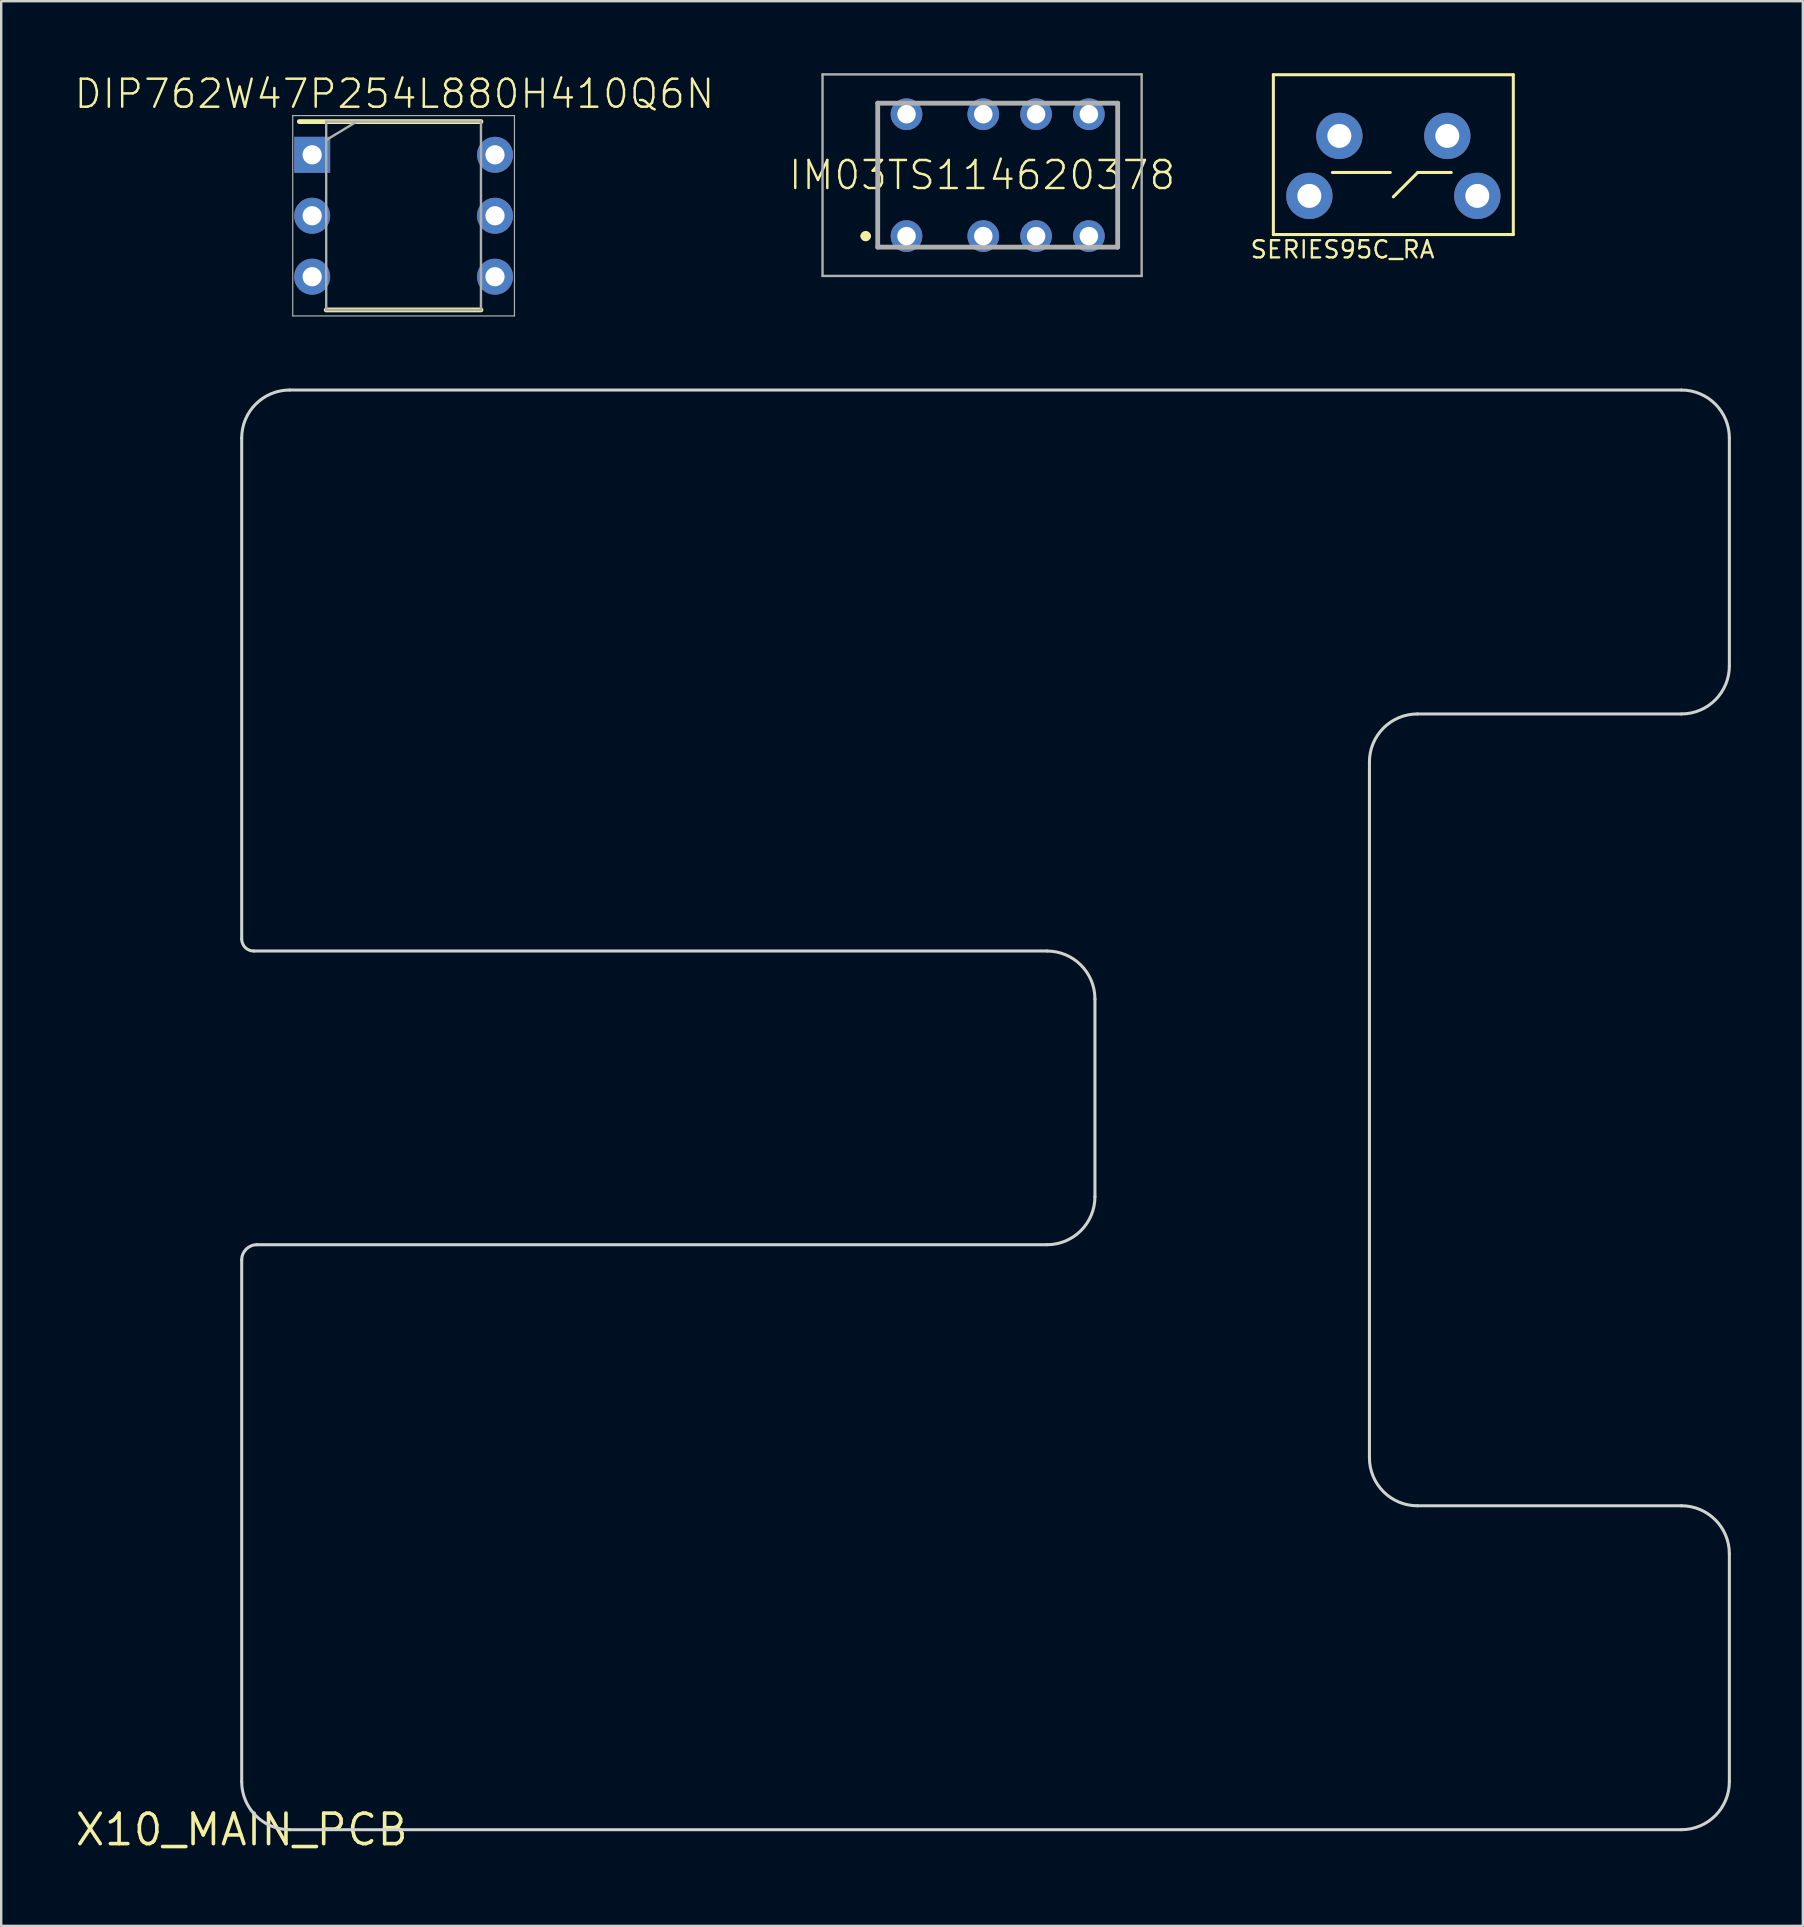
<source format=kicad_pcb>
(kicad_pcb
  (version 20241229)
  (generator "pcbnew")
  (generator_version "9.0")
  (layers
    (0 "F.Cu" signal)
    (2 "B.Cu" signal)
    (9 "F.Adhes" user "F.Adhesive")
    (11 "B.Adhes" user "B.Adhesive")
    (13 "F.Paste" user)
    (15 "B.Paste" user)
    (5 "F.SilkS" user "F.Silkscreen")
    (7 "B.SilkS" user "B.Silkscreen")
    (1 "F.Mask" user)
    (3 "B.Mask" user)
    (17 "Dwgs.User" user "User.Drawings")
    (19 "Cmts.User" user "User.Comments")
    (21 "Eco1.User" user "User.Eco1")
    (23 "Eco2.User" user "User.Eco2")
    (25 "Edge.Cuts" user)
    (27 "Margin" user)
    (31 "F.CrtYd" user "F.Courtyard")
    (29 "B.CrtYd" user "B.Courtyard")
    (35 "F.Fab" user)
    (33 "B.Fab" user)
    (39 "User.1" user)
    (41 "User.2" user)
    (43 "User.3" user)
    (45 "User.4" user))
  (footprint "X10_MAIN_PCB"
    (layer "F.Cu")
    (at 7.023 73.205)
    (property "Reference" "X10_MAIN_PCB" (at 0 0 0) (layer "F.SilkS") (effects (font (size 1.27 1.27) (thickness 0.15))))
    (fp_line (start 0 -37.12) (end 0 -58) (stroke (width 0.127) (type solid)) (layer "Edge.Cuts"))
    (fp_line (start 0 -2) (end 0 -23.745) (stroke (width 0.127) (type solid)) (layer "Edge.Cuts"))
    (fp_line (start 0.635 -24.38) (end 33.56 -24.38) (stroke (width 0.127) (type solid)) (layer "Edge.Cuts"))
    (fp_line (start 2 -60) (end 60 -60) (stroke (width 0.127) (type solid)) (layer "Edge.Cuts"))
    (fp_line (start 33.56 -36.62) (end 0.5 -36.62) (stroke (width 0.127) (type solid)) (layer "Edge.Cuts"))
    (fp_line (start 35.56 -26.38) (end 35.56 -34.62) (stroke (width 0.127) (type solid)) (layer "Edge.Cuts"))
    (fp_line (start 47 -44.5) (end 47 -15.5) (stroke (width 0.127) (type solid)) (layer "Edge.Cuts"))
    (fp_line (start 49 -13.5) (end 60 -13.5) (stroke (width 0.127) (type solid)) (layer "Edge.Cuts"))
    (fp_line (start 60 -46.5) (end 49 -46.5) (stroke (width 0.127) (type solid)) (layer "Edge.Cuts"))
    (fp_line (start 60 0) (end 2 0) (stroke (width 0.127) (type solid)) (layer "Edge.Cuts"))
    (fp_line (start 62 -58) (end 62 -48.5) (stroke (width 0.127) (type solid)) (layer "Edge.Cuts"))
    (fp_line (start 62 -11.5) (end 62 -2) (stroke (width 0.127) (type solid)) (layer "Edge.Cuts"))
    (fp_arc (start 0 -58) (mid 0.585786 -59.414214) (end 2 -60) (stroke (width 0.127) (type solid)) (layer "Edge.Cuts"))
    (fp_arc (start 0 -23.745) (mid 0.185987 -24.194013) (end 0.635 -24.38) (stroke (width 0.127) (type solid)) (layer "Edge.Cuts"))
    (fp_arc (start 0.5 -36.62) (mid 0.146447 -36.766447) (end 0 -37.12) (stroke (width 0.127) (type solid)) (layer "Edge.Cuts"))
    (fp_arc (start 2 0) (mid 0.585786 -0.585786) (end 0 -2) (stroke (width 0.127) (type solid)) (layer "Edge.Cuts"))
    (fp_arc (start 33.56 -36.62) (mid 34.974214 -36.034214) (end 35.56 -34.62) (stroke (width 0.127) (type solid)) (layer "Edge.Cuts"))
    (fp_arc (start 35.56 -26.38) (mid 34.974214 -24.965786) (end 33.56 -24.38) (stroke (width 0.127) (type solid)) (layer "Edge.Cuts"))
    (fp_arc (start 47 -44.5) (mid 47.585786 -45.914214) (end 49 -46.5) (stroke (width 0.127) (type solid)) (layer "Edge.Cuts"))
    (fp_arc (start 49 -13.5) (mid 47.585786 -14.085786) (end 47 -15.5) (stroke (width 0.127) (type solid)) (layer "Edge.Cuts"))
    (fp_arc (start 60 -60) (mid 61.414214 -59.414214) (end 62 -58) (stroke (width 0.127) (type solid)) (layer "Edge.Cuts"))
    (fp_arc (start 60 -13.5) (mid 61.414214 -12.914214) (end 62 -11.5) (stroke (width 0.127) (type solid)) (layer "Edge.Cuts"))
    (fp_arc (start 62 -48.5) (mid 61.414214 -47.085786) (end 60 -46.5) (stroke (width 0.127) (type solid)) (layer "Edge.Cuts"))
    (fp_arc (start 62 -2) (mid 61.414214 -0.585786) (end 60 0) (stroke (width 0.127) (type solid)) (layer "Edge.Cuts")))
  (footprint "DIP762W47P254L880H410Q6N"
    (layer "F.Cu")
    (at 13.77 5.942)
    (property "Reference" "DIP762W47P254L880H410Q6N" (at -0.381 -5.08 0) (layer "F.SilkS") (effects (font (size 1.168 1.168) (thickness 0.102))))
    (fp_line (start -4.345 -3.925) (end 3.225 -3.925) (stroke (width 0.2) (type solid)) (layer "F.SilkS"))
    (fp_line (start -3.225 3.925) (end 3.225 3.925) (stroke (width 0.2) (type solid)) (layer "F.SilkS"))
    (fp_line (start -4.62 -4.175) (end 4.62 -4.175) (stroke (width 0.05) (type solid)) (layer "F.Fab"))
    (fp_line (start -4.62 4.175) (end -4.62 -4.175) (stroke (width 0.05) (type solid)) (layer "F.Fab"))
    (fp_line (start -3.225 -3.925) (end 3.225 -3.925) (stroke (width 0.1) (type solid)) (layer "F.Fab"))
    (fp_line (start -3.225 -3.155) (end -1.955 -3.925) (stroke (width 0.1) (type solid)) (layer "F.Fab"))
    (fp_line (start -3.225 3.925) (end -3.225 -3.925) (stroke (width 0.1) (type solid)) (layer "F.Fab"))
    (fp_line (start 3.225 -3.925) (end 3.225 3.925) (stroke (width 0.1) (type solid)) (layer "F.Fab"))
    (fp_line (start 3.225 3.925) (end -3.225 3.925) (stroke (width 0.1) (type solid)) (layer "F.Fab"))
    (fp_line (start 4.62 -4.175) (end 4.62 4.175) (stroke (width 0.05) (type solid)) (layer "F.Fab"))
    (fp_line (start 4.62 4.175) (end -4.62 4.175) (stroke (width 0.05) (type solid)) (layer "F.Fab"))
    (pad "1" thru_hole rect (at -3.81 -2.54) (size 1.5 1.5) (drill 0.8) (layers "*.Cu" "*.Mask"))
    (pad "2" thru_hole circle (at -3.81 0) (size 1.5 1.5) (drill 0.8) (layers "*.Cu" "*.Mask"))
    (pad "3" thru_hole circle (at -3.81 2.54) (size 1.5 1.5) (drill 0.8) (layers "*.Cu" "*.Mask"))
    (pad "4" thru_hole circle (at 3.81 2.54) (size 1.5 1.5) (drill 0.8) (layers "*.Cu" "*.Mask"))
    (pad "5" thru_hole circle (at 3.81 0) (size 1.5 1.5) (drill 0.8) (layers "*.Cu" "*.Mask"))
    (pad "6" thru_hole circle (at 3.81 -2.54) (size 1.5 1.5) (drill 0.8) (layers "*.Cu" "*.Mask")))
  (footprint "SERIES95C_RA"
    (layer "F.Cu")
    (at 55.019 2.614)
    (property "Reference" "SERIES95C_RA" (at 1.778 4.318 0) (layer "F.SilkS") (effects (font (size 0.715 0.715) (thickness 0.098)) (justify right top)))
    (fp_line (start -5 -2.55) (end -5 4.111) (stroke (width 0.127) (type solid)) (layer "F.SilkS"))
    (fp_line (start -5 4.111) (end 5 4.111) (stroke (width 0.127) (type solid)) (layer "F.SilkS"))
    (fp_line (start -0.127 1.524) (end -2.54 1.524) (stroke (width 0.127) (type solid)) (layer "F.SilkS"))
    (fp_line (start 1.016 1.524) (end 0 2.54) (stroke (width 0.127) (type solid)) (layer "F.SilkS"))
    (fp_line (start 2.413 1.524) (end 1.016 1.524) (stroke (width 0.127) (type solid)) (layer "F.SilkS"))
    (fp_line (start 5 -2.55) (end -5 -2.55) (stroke (width 0.127) (type solid)) (layer "F.SilkS"))
    (fp_line (start 5 4.111) (end 5 -2.55) (stroke (width 0.127) (type solid)) (layer "F.SilkS"))
    (pad "F1" thru_hole circle (at 3.5 2.5 180) (size 1.93 1.93) (drill 1) (layers "*.Cu" "*.Mask"))
    (pad "F2" thru_hole circle (at -3.5 2.5 180) (size 1.93 1.93) (drill 1) (layers "*.Cu" "*.Mask"))
    (pad "T1" thru_hole circle (at 2.25 0 180) (size 1.93 1.93) (drill 1) (layers "*.Cu" "*.Mask"))
    (pad "T2" thru_hole circle (at -2.25 0 180) (size 1.93 1.93) (drill 1) (layers "*.Cu" "*.Mask")))
  (footprint "IM03TS114620378"
    (layer "F.Cu")
    (at 34.73 6.79)
    (property "Reference" "IM03TS114620378" (at 3.15 -2.54 0) (layer "F.SilkS") (effects (font (size 1.168 1.168) (thickness 0.102))))
    (fp_line (start -1.2 -5.54) (end -1.2 0.46) (stroke (width 0.1) (type solid)) (layer "F.SilkS"))
    (fp_line (start 8.8 -5.54) (end 8.8 0.46) (stroke (width 0.1) (type solid)) (layer "F.SilkS"))
    (fp_arc (start -1.792 0) (mid -1.7015 -0.0905) (end -1.611 0) (stroke (width 0.254) (type solid)) (layer "F.SilkS"))
    (fp_arc (start -1.611 0) (mid -1.7015 0.0905) (end -1.792 0) (stroke (width 0.254) (type solid)) (layer "F.SilkS"))
    (fp_line (start -3.5 -6.74) (end 9.8 -6.74) (stroke (width 0.1) (type solid)) (layer "F.Fab"))
    (fp_line (start -3.5 1.66) (end -3.5 -6.74) (stroke (width 0.1) (type solid)) (layer "F.Fab"))
    (fp_line (start -1.2 -5.54) (end 8.8 -5.54) (stroke (width 0.2) (type solid)) (layer "F.Fab"))
    (fp_line (start -1.2 0.46) (end -1.2 -5.54) (stroke (width 0.2) (type solid)) (layer "F.Fab"))
    (fp_line (start 8.8 -5.54) (end 8.8 0.46) (stroke (width 0.2) (type solid)) (layer "F.Fab"))
    (fp_line (start 8.8 0.46) (end -1.2 0.46) (stroke (width 0.2) (type solid)) (layer "F.Fab"))
    (fp_line (start 9.8 -6.74) (end 9.8 1.66) (stroke (width 0.1) (type solid)) (layer "F.Fab"))
    (fp_line (start 9.8 1.66) (end -3.5 1.66) (stroke (width 0.1) (type solid)) (layer "F.Fab"))
    (pad "1" thru_hole circle (at 0 0) (size 1.32 1.32) (drill 0.77) (layers "*.Cu" "*.Mask"))
    (pad "2" thru_hole circle (at 3.2 0) (size 1.32 1.32) (drill 0.77) (layers "*.Cu" "*.Mask"))
    (pad "3" thru_hole circle (at 5.4 0) (size 1.32 1.32) (drill 0.77) (layers "*.Cu" "*.Mask"))
    (pad "4" thru_hole circle (at 7.6 0) (size 1.32 1.32) (drill 0.77) (layers "*.Cu" "*.Mask"))
    (pad "5" thru_hole circle (at 7.6 -5.08) (size 1.32 1.32) (drill 0.77) (layers "*.Cu" "*.Mask"))
    (pad "6" thru_hole circle (at 5.4 -5.08) (size 1.32 1.32) (drill 0.77) (layers "*.Cu" "*.Mask"))
    (pad "7" thru_hole circle (at 3.2 -5.08) (size 1.32 1.32) (drill 0.77) (layers "*.Cu" "*.Mask"))
    (pad "8" thru_hole circle (at 0 -5.08) (size 1.32 1.32) (drill 0.77) (layers "*.Cu" "*.Mask")))
  (gr_rect
    (start -3 -3)
    (end 72.086 77.212)
    (stroke (width 0.1) (type default))
    (fill no)
    (layer "Edge.Cuts")))
</source>
